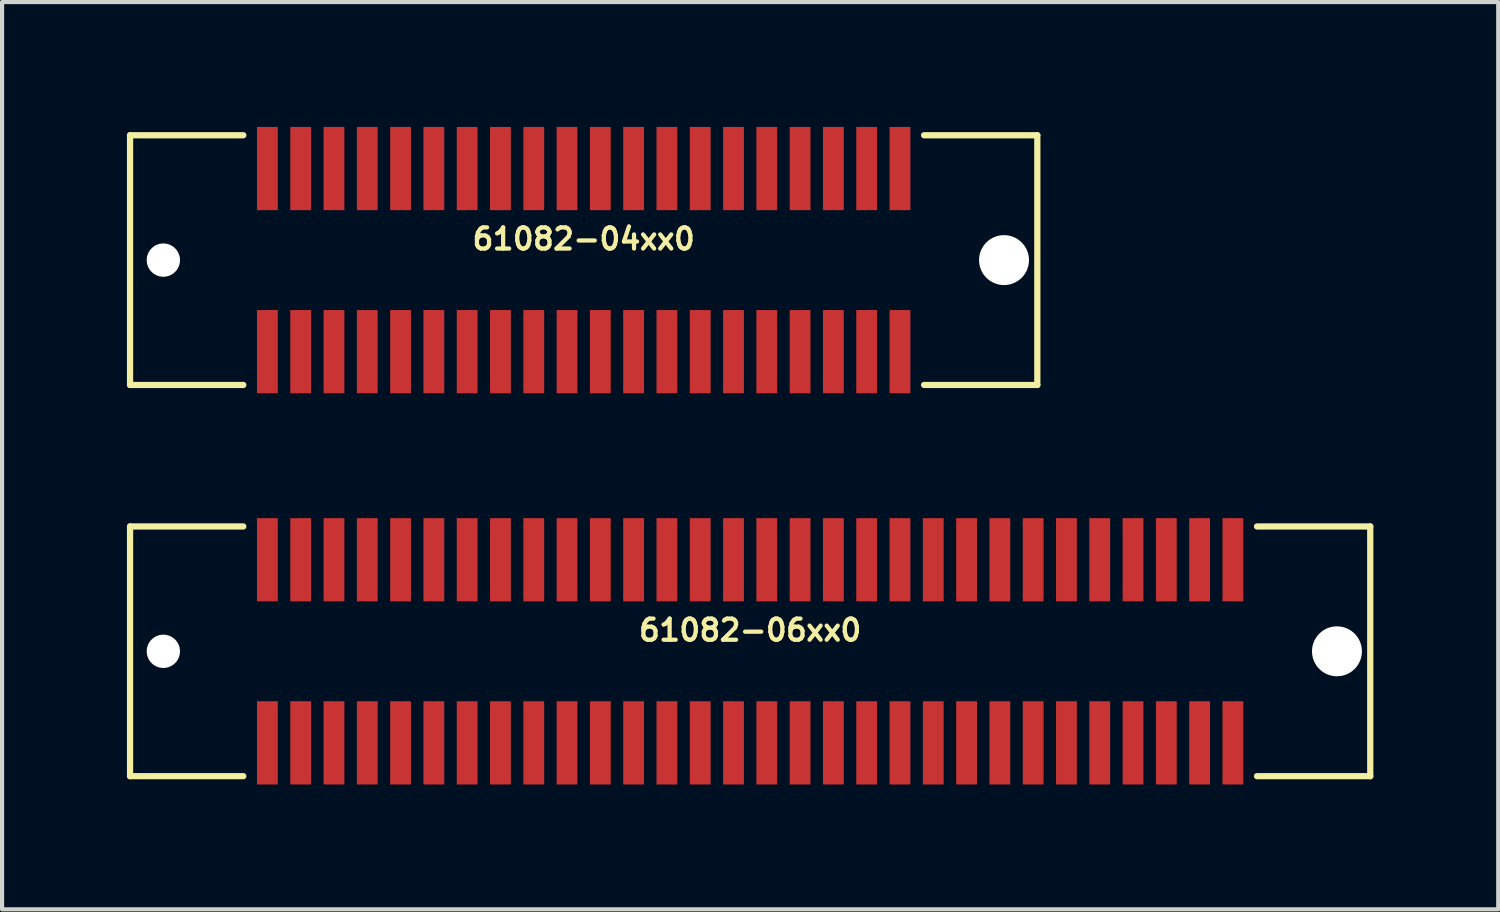
<source format=kicad_pcb>
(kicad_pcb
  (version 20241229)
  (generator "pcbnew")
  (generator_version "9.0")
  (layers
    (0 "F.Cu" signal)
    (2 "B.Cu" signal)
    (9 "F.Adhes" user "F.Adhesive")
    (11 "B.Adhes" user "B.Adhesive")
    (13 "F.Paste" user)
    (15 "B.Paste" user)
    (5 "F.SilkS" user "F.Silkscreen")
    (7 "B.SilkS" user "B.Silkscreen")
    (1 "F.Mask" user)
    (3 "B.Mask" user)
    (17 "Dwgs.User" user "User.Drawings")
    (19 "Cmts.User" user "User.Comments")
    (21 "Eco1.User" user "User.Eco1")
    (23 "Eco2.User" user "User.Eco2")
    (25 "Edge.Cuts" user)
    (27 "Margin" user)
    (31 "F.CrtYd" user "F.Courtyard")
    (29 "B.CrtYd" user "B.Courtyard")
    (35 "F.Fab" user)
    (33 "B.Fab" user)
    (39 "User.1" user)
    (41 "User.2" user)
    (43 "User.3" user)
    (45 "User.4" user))
  (footprint "61082-04xx0"
    (layer "F.Cu")
    (at 10.975 3.2)
    (property "Reference" "61082-04xx0" (at 0 -0.508 0) (layer "F.SilkS") (effects (font (size 0.508 0.508) (thickness 0.102))))
    (attr through_hole)
    (fp_line (start -10.9 -3) (end -10.9 3) (stroke (width 0.15) (type solid)) (layer "F.SilkS"))
    (fp_line (start -10.9 -3) (end -8.179 -3) (stroke (width 0.15) (type solid)) (layer "F.SilkS"))
    (fp_line (start -10.9 3) (end -8.179 3) (stroke (width 0.15) (type solid)) (layer "F.SilkS"))
    (fp_line (start 8.179 -3) (end 10.9 -3) (stroke (width 0.15) (type solid)) (layer "F.SilkS"))
    (fp_line (start 10.9 -3) (end 10.9 3) (stroke (width 0.15) (type solid)) (layer "F.SilkS"))
    (fp_line (start 10.9 3) (end 8.179 3) (stroke (width 0.15) (type solid)) (layer "F.SilkS"))
    (pad "" np_thru_hole circle (at -10.1 0) (size 0.8 0.8) (drill 0.8) (layers "*.Cu" "*.Mask"))
    (pad "" np_thru_hole circle (at 10.1 0) (size 1.2 1.2) (drill 1.2) (layers "*.Cu" "*.Mask"))
    (pad "1" smd rect (at 7.6 -2.2) (size 0.5 2) (layers "F.Cu" "F.Mask" "F.Paste"))
    (pad "2" smd rect (at 7.6 2.2) (size 0.5 2) (layers "F.Cu" "F.Mask" "F.Paste"))
    (pad "3" smd rect (at 6.8 -2.2) (size 0.5 2) (layers "F.Cu" "F.Mask" "F.Paste"))
    (pad "4" smd rect (at 6.8 2.2) (size 0.5 2) (layers "F.Cu" "F.Mask" "F.Paste"))
    (pad "5" smd rect (at 6 -2.2) (size 0.5 2) (layers "F.Cu" "F.Mask" "F.Paste"))
    (pad "6" smd rect (at 6 2.2) (size 0.5 2) (layers "F.Cu" "F.Mask" "F.Paste"))
    (pad "7" smd rect (at 5.2 -2.2) (size 0.5 2) (layers "F.Cu" "F.Mask" "F.Paste"))
    (pad "8" smd rect (at 5.2 2.2) (size 0.5 2) (layers "F.Cu" "F.Mask" "F.Paste"))
    (pad "9" smd rect (at 4.4 -2.2) (size 0.5 2) (layers "F.Cu" "F.Mask" "F.Paste"))
    (pad "10" smd rect (at 4.4 2.2) (size 0.5 2) (layers "F.Cu" "F.Mask" "F.Paste"))
    (pad "11" smd rect (at 3.6 -2.2) (size 0.5 2) (layers "F.Cu" "F.Mask" "F.Paste"))
    (pad "12" smd rect (at 3.6 2.2) (size 0.5 2) (layers "F.Cu" "F.Mask" "F.Paste"))
    (pad "13" smd rect (at 2.8 -2.2) (size 0.5 2) (layers "F.Cu" "F.Mask" "F.Paste"))
    (pad "14" smd rect (at 2.8 2.2) (size 0.5 2) (layers "F.Cu" "F.Mask" "F.Paste"))
    (pad "15" smd rect (at 2 -2.2) (size 0.5 2) (layers "F.Cu" "F.Mask" "F.Paste"))
    (pad "16" smd rect (at 2 2.2) (size 0.5 2) (layers "F.Cu" "F.Mask" "F.Paste"))
    (pad "17" smd rect (at 1.2 -2.2) (size 0.5 2) (layers "F.Cu" "F.Mask" "F.Paste"))
    (pad "18" smd rect (at 1.2 2.2) (size 0.5 2) (layers "F.Cu" "F.Mask" "F.Paste"))
    (pad "19" smd rect (at 0.4 -2.2) (size 0.5 2) (layers "F.Cu" "F.Mask" "F.Paste"))
    (pad "20" smd rect (at 0.4 2.2) (size 0.5 2) (layers "F.Cu" "F.Mask" "F.Paste"))
    (pad "21" smd rect (at -0.4 -2.2) (size 0.5 2) (layers "F.Cu" "F.Mask" "F.Paste"))
    (pad "22" smd rect (at -0.4 2.2) (size 0.5 2) (layers "F.Cu" "F.Mask" "F.Paste"))
    (pad "23" smd rect (at -1.2 -2.2) (size 0.5 2) (layers "F.Cu" "F.Mask" "F.Paste"))
    (pad "24" smd rect (at -1.2 2.2) (size 0.5 2) (layers "F.Cu" "F.Mask" "F.Paste"))
    (pad "25" smd rect (at -2 -2.2) (size 0.5 2) (layers "F.Cu" "F.Mask" "F.Paste"))
    (pad "26" smd rect (at -2 2.2) (size 0.5 2) (layers "F.Cu" "F.Mask" "F.Paste"))
    (pad "27" smd rect (at -2.8 -2.2) (size 0.5 2) (layers "F.Cu" "F.Mask" "F.Paste"))
    (pad "28" smd rect (at -2.8 2.2) (size 0.5 2) (layers "F.Cu" "F.Mask" "F.Paste"))
    (pad "29" smd rect (at -3.6 -2.2) (size 0.5 2) (layers "F.Cu" "F.Mask" "F.Paste"))
    (pad "30" smd rect (at -3.6 2.2) (size 0.5 2) (layers "F.Cu" "F.Mask" "F.Paste"))
    (pad "31" smd rect (at -4.4 -2.2) (size 0.5 2) (layers "F.Cu" "F.Mask" "F.Paste"))
    (pad "32" smd rect (at -4.4 2.2) (size 0.5 2) (layers "F.Cu" "F.Mask" "F.Paste"))
    (pad "33" smd rect (at -5.2 -2.2) (size 0.5 2) (layers "F.Cu" "F.Mask" "F.Paste"))
    (pad "34" smd rect (at -5.2 2.2) (size 0.5 2) (layers "F.Cu" "F.Mask" "F.Paste"))
    (pad "35" smd rect (at -6 -2.2) (size 0.5 2) (layers "F.Cu" "F.Mask" "F.Paste"))
    (pad "36" smd rect (at -6 2.2) (size 0.5 2) (layers "F.Cu" "F.Mask" "F.Paste"))
    (pad "37" smd rect (at -6.8 -2.2) (size 0.5 2) (layers "F.Cu" "F.Mask" "F.Paste"))
    (pad "38" smd rect (at -6.8 2.2) (size 0.5 2) (layers "F.Cu" "F.Mask" "F.Paste"))
    (pad "39" smd rect (at -7.6 -2.2) (size 0.5 2) (layers "F.Cu" "F.Mask" "F.Paste"))
    (pad "40" smd rect (at -7.6 2.2) (size 0.5 2) (layers "F.Cu" "F.Mask" "F.Paste")))
  (footprint "61082-06xx0"
    (layer "F.Cu")
    (at 14.975 12.6)
    (property "Reference" "61082-06xx0" (at 0 -0.508 0) (layer "F.SilkS") (effects (font (size 0.508 0.508) (thickness 0.102))))
    (attr through_hole)
    (fp_line (start -14.9 -3) (end -14.9 3) (stroke (width 0.15) (type solid)) (layer "F.SilkS"))
    (fp_line (start -14.9 -3) (end -12.179 -3) (stroke (width 0.15) (type solid)) (layer "F.SilkS"))
    (fp_line (start -14.9 3) (end -12.179 3) (stroke (width 0.15) (type solid)) (layer "F.SilkS"))
    (fp_line (start 12.179 -3) (end 14.9 -3) (stroke (width 0.15) (type solid)) (layer "F.SilkS"))
    (fp_line (start 14.9 -3) (end 14.9 3) (stroke (width 0.15) (type solid)) (layer "F.SilkS"))
    (fp_line (start 14.9 3) (end 12.179 3) (stroke (width 0.15) (type solid)) (layer "F.SilkS"))
    (pad "" np_thru_hole circle (at -14.1 0) (size 0.8 0.8) (drill 0.8) (layers "*.Cu" "*.Mask"))
    (pad "" np_thru_hole circle (at 14.1 0) (size 1.2 1.2) (drill 1.2) (layers "*.Cu" "*.Mask"))
    (pad "1" smd rect (at 11.6 -2.2) (size 0.5 2) (layers "F.Cu" "F.Mask" "F.Paste"))
    (pad "2" smd rect (at 11.6 2.2) (size 0.5 2) (layers "F.Cu" "F.Mask" "F.Paste"))
    (pad "3" smd rect (at 10.8 -2.2) (size 0.5 2) (layers "F.Cu" "F.Mask" "F.Paste"))
    (pad "4" smd rect (at 10.8 2.2) (size 0.5 2) (layers "F.Cu" "F.Mask" "F.Paste"))
    (pad "5" smd rect (at 10 -2.2) (size 0.5 2) (layers "F.Cu" "F.Mask" "F.Paste"))
    (pad "6" smd rect (at 10 2.2) (size 0.5 2) (layers "F.Cu" "F.Mask" "F.Paste"))
    (pad "7" smd rect (at 9.2 -2.2) (size 0.5 2) (layers "F.Cu" "F.Mask" "F.Paste"))
    (pad "8" smd rect (at 9.2 2.2) (size 0.5 2) (layers "F.Cu" "F.Mask" "F.Paste"))
    (pad "9" smd rect (at 8.4 -2.2) (size 0.5 2) (layers "F.Cu" "F.Mask" "F.Paste"))
    (pad "10" smd rect (at 8.4 2.2) (size 0.5 2) (layers "F.Cu" "F.Mask" "F.Paste"))
    (pad "11" smd rect (at 7.6 -2.2) (size 0.5 2) (layers "F.Cu" "F.Mask" "F.Paste"))
    (pad "12" smd rect (at 7.6 2.2) (size 0.5 2) (layers "F.Cu" "F.Mask" "F.Paste"))
    (pad "13" smd rect (at 6.8 -2.2) (size 0.5 2) (layers "F.Cu" "F.Mask" "F.Paste"))
    (pad "14" smd rect (at 6.8 2.2) (size 0.5 2) (layers "F.Cu" "F.Mask" "F.Paste"))
    (pad "15" smd rect (at 6 -2.2) (size 0.5 2) (layers "F.Cu" "F.Mask" "F.Paste"))
    (pad "16" smd rect (at 6 2.2) (size 0.5 2) (layers "F.Cu" "F.Mask" "F.Paste"))
    (pad "17" smd rect (at 5.2 -2.2) (size 0.5 2) (layers "F.Cu" "F.Mask" "F.Paste"))
    (pad "18" smd rect (at 5.2 2.2) (size 0.5 2) (layers "F.Cu" "F.Mask" "F.Paste"))
    (pad "19" smd rect (at 4.4 -2.2) (size 0.5 2) (layers "F.Cu" "F.Mask" "F.Paste"))
    (pad "20" smd rect (at 4.4 2.2) (size 0.5 2) (layers "F.Cu" "F.Mask" "F.Paste"))
    (pad "21" smd rect (at 3.6 -2.2) (size 0.5 2) (layers "F.Cu" "F.Mask" "F.Paste"))
    (pad "22" smd rect (at 3.6 2.2) (size 0.5 2) (layers "F.Cu" "F.Mask" "F.Paste"))
    (pad "23" smd rect (at 2.8 -2.2) (size 0.5 2) (layers "F.Cu" "F.Mask" "F.Paste"))
    (pad "24" smd rect (at 2.8 2.2) (size 0.5 2) (layers "F.Cu" "F.Mask" "F.Paste"))
    (pad "25" smd rect (at 2 -2.2) (size 0.5 2) (layers "F.Cu" "F.Mask" "F.Paste"))
    (pad "26" smd rect (at 2 2.2) (size 0.5 2) (layers "F.Cu" "F.Mask" "F.Paste"))
    (pad "27" smd rect (at 1.2 -2.2) (size 0.5 2) (layers "F.Cu" "F.Mask" "F.Paste"))
    (pad "28" smd rect (at 1.2 2.2) (size 0.5 2) (layers "F.Cu" "F.Mask" "F.Paste"))
    (pad "29" smd rect (at 0.4 -2.2) (size 0.5 2) (layers "F.Cu" "F.Mask" "F.Paste"))
    (pad "30" smd rect (at 0.4 2.2) (size 0.5 2) (layers "F.Cu" "F.Mask" "F.Paste"))
    (pad "31" smd rect (at -0.4 -2.2) (size 0.5 2) (layers "F.Cu" "F.Mask" "F.Paste"))
    (pad "32" smd rect (at -0.4 2.2) (size 0.5 2) (layers "F.Cu" "F.Mask" "F.Paste"))
    (pad "33" smd rect (at -1.2 -2.2) (size 0.5 2) (layers "F.Cu" "F.Mask" "F.Paste"))
    (pad "34" smd rect (at -1.2 2.2) (size 0.5 2) (layers "F.Cu" "F.Mask" "F.Paste"))
    (pad "35" smd rect (at -2 -2.2) (size 0.5 2) (layers "F.Cu" "F.Mask" "F.Paste"))
    (pad "36" smd rect (at -2 2.2) (size 0.5 2) (layers "F.Cu" "F.Mask" "F.Paste"))
    (pad "37" smd rect (at -2.8 -2.2) (size 0.5 2) (layers "F.Cu" "F.Mask" "F.Paste"))
    (pad "38" smd rect (at -2.8 2.2) (size 0.5 2) (layers "F.Cu" "F.Mask" "F.Paste"))
    (pad "39" smd rect (at -3.6 -2.2) (size 0.5 2) (layers "F.Cu" "F.Mask" "F.Paste"))
    (pad "40" smd rect (at -3.6 2.2) (size 0.5 2) (layers "F.Cu" "F.Mask" "F.Paste"))
    (pad "41" smd rect (at -4.4 -2.2) (size 0.5 2) (layers "F.Cu" "F.Mask" "F.Paste"))
    (pad "42" smd rect (at -4.4 2.2) (size 0.5 2) (layers "F.Cu" "F.Mask" "F.Paste"))
    (pad "43" smd rect (at -5.2 -2.2) (size 0.5 2) (layers "F.Cu" "F.Mask" "F.Paste"))
    (pad "44" smd rect (at -5.2 2.2) (size 0.5 2) (layers "F.Cu" "F.Mask" "F.Paste"))
    (pad "45" smd rect (at -6 -2.2) (size 0.5 2) (layers "F.Cu" "F.Mask" "F.Paste"))
    (pad "46" smd rect (at -6 2.2) (size 0.5 2) (layers "F.Cu" "F.Mask" "F.Paste"))
    (pad "47" smd rect (at -6.8 -2.2) (size 0.5 2) (layers "F.Cu" "F.Mask" "F.Paste"))
    (pad "48" smd rect (at -6.8 2.2) (size 0.5 2) (layers "F.Cu" "F.Mask" "F.Paste"))
    (pad "49" smd rect (at -7.6 -2.2) (size 0.5 2) (layers "F.Cu" "F.Mask" "F.Paste"))
    (pad "50" smd rect (at -7.6 2.2) (size 0.5 2) (layers "F.Cu" "F.Mask" "F.Paste"))
    (pad "51" smd rect (at -8.4 -2.2) (size 0.5 2) (layers "F.Cu" "F.Mask" "F.Paste"))
    (pad "52" smd rect (at -8.4 2.2) (size 0.5 2) (layers "F.Cu" "F.Mask" "F.Paste"))
    (pad "53" smd rect (at -9.2 -2.2) (size 0.5 2) (layers "F.Cu" "F.Mask" "F.Paste"))
    (pad "54" smd rect (at -9.2 2.2) (size 0.5 2) (layers "F.Cu" "F.Mask" "F.Paste"))
    (pad "55" smd rect (at -10 -2.2) (size 0.5 2) (layers "F.Cu" "F.Mask" "F.Paste"))
    (pad "56" smd rect (at -10 2.2) (size 0.5 2) (layers "F.Cu" "F.Mask" "F.Paste"))
    (pad "57" smd rect (at -10.8 -2.2) (size 0.5 2) (layers "F.Cu" "F.Mask" "F.Paste"))
    (pad "58" smd rect (at -10.8 2.2) (size 0.5 2) (layers "F.Cu" "F.Mask" "F.Paste"))
    (pad "59" smd rect (at -11.6 -2.2) (size 0.5 2) (layers "F.Cu" "F.Mask" "F.Paste"))
    (pad "60" smd rect (at -11.6 2.2) (size 0.5 2) (layers "F.Cu" "F.Mask" "F.Paste")))
  (gr_rect
    (start -3 -3)
    (end 32.95 18.8)
    (stroke (width 0.1) (type default))
    (fill no)
    (layer "Edge.Cuts")))
</source>
